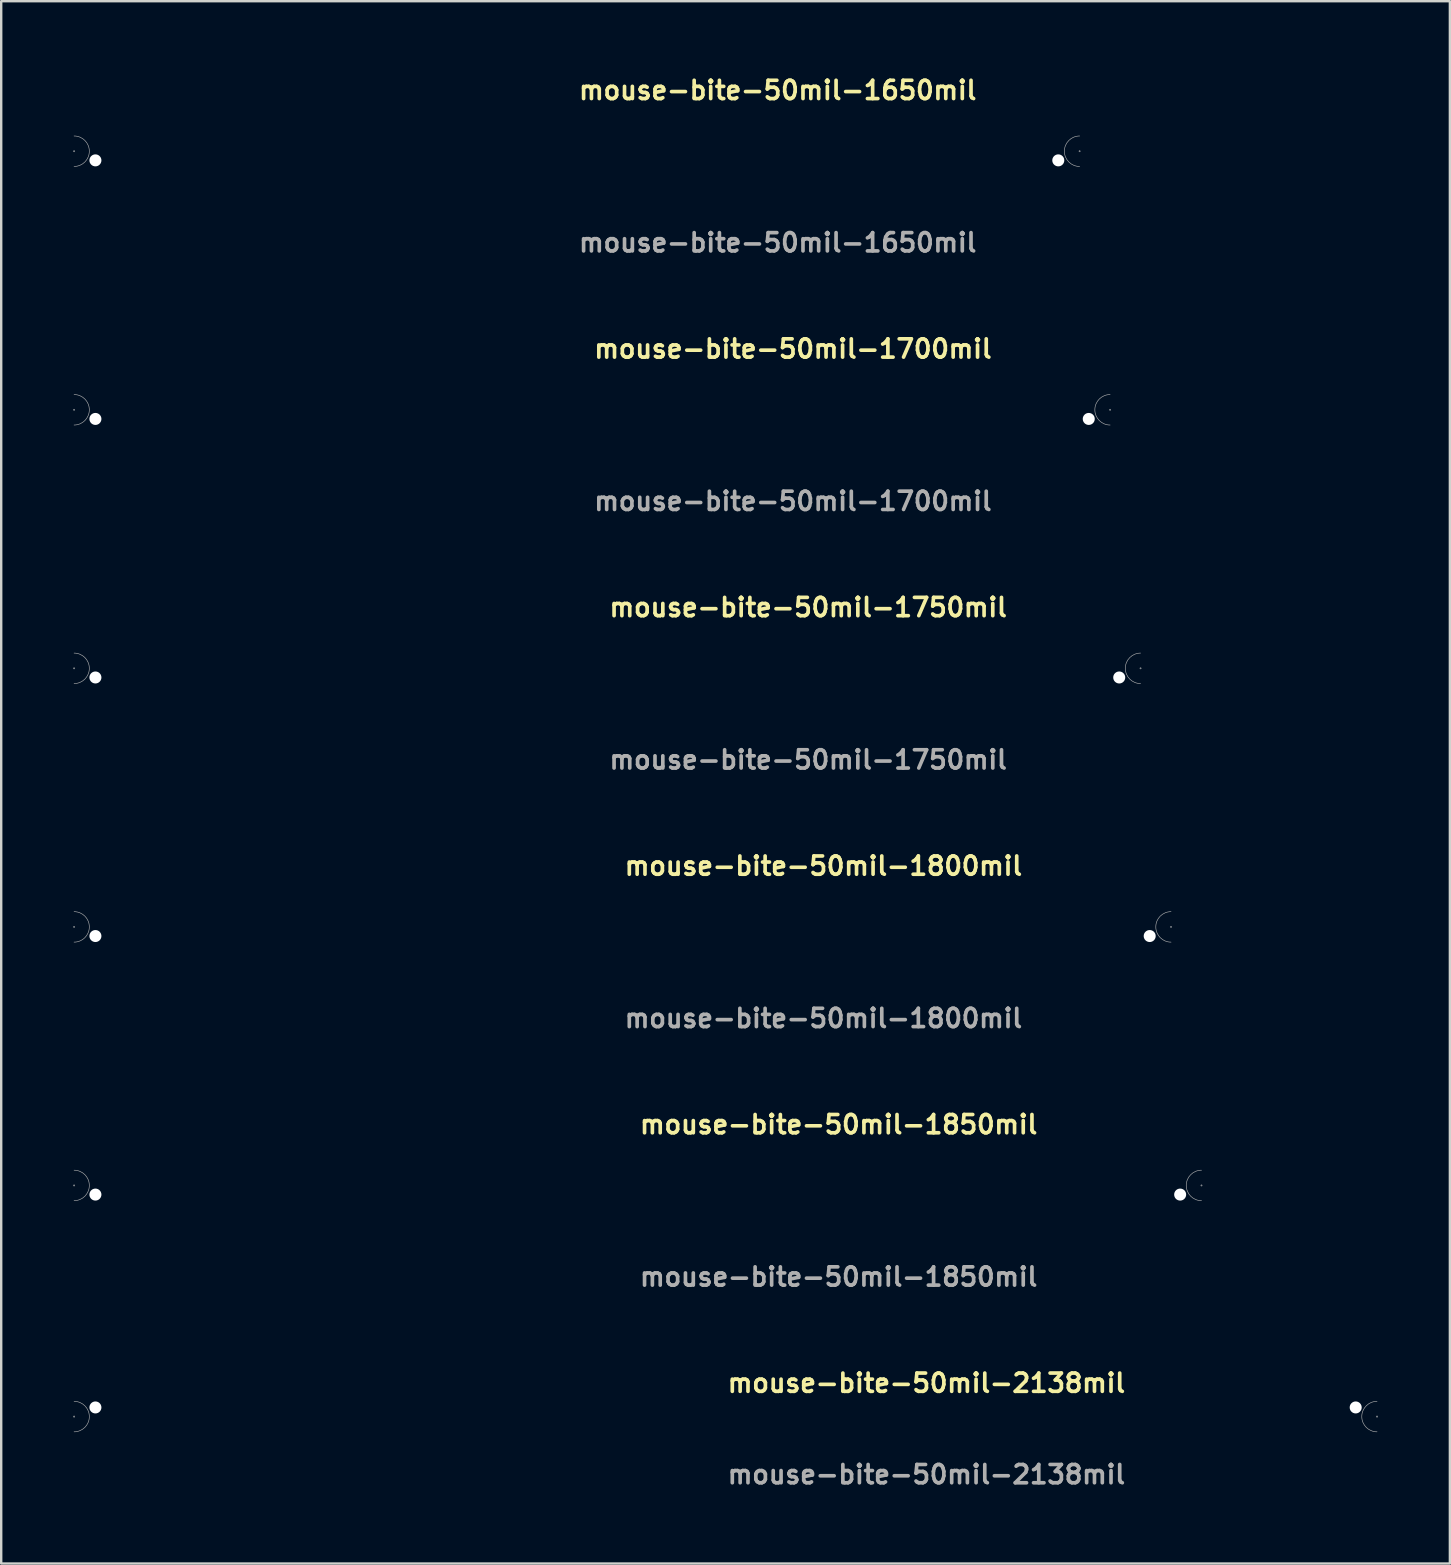
<source format=kicad_pcb>
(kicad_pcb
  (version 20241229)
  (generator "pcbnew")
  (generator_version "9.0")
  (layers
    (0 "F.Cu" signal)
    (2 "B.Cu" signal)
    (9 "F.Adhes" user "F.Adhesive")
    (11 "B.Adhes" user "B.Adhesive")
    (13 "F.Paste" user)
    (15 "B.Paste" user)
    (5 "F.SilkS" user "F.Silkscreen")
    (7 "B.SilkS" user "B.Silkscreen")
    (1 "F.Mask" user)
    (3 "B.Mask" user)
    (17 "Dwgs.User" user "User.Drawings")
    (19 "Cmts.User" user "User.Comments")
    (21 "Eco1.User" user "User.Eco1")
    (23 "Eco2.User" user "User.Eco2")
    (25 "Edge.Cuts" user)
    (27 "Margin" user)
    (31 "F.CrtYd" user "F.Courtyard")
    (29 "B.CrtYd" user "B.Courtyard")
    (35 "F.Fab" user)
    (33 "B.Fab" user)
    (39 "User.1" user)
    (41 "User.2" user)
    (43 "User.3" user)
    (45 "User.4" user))
  (footprint "mouse-bite-50mil-1700mil"
    (layer "F.Cu")
    (at 21.628 14.03)
    (property "Reference" "mouse-bite-50mil-1700mil" (at 0 -2.54 0) (unlocked yes) (layer "F.SilkS") (effects (font (size 0.762 0.762) (thickness 0.152) (bold yes)) (justify left)))
    (attr through_hole)
    (fp_arc (start -21.59 -0.635) (mid -20.955 0) (end -21.59 0.635) (stroke (width 0.0254) (type default)) (layer "F.Fab"))
    (fp_arc (start 21.59 0.635) (mid 20.955 0) (end 21.59 -0.635) (stroke (width 0.0254) (type default)) (layer "F.Fab"))
    (fp_circle (center -21.59 0) (end -21.565 0) (stroke (width 0.025) (type default)) (fill no) (layer "F.Fab"))
    (fp_circle (center 21.59 0) (end 21.615 0) (stroke (width 0.025) (type default)) (fill no) (layer "F.Fab"))
    (fp_text user "${REFERENCE}" (at 0 3.81 0) (unlocked yes) (layer "F.Fab") (effects (font (size 0.762 0.762) (thickness 0.152) (bold yes)) (justify left)))
    (pad "" np_thru_hole circle (at -20.701 0.381) (size 0.5 0.5) (drill 0.5) (layers "*.Cu" "*.Mask"))
    (pad "" np_thru_hole circle (at 20.701 0.381) (size 0.5 0.5) (drill 0.5) (layers "*.Cu" "*.Mask")))
  (footprint "mouse-bite-50mil-1800mil"
    (layer "F.Cu")
    (at 22.898 35.583)
    (property "Reference" "mouse-bite-50mil-1800mil" (at 0 -2.54 0) (unlocked yes) (layer "F.SilkS") (effects (font (size 0.762 0.762) (thickness 0.152) (bold yes)) (justify left)))
    (attr through_hole)
    (fp_arc (start -22.86 -0.635) (mid -22.225 0) (end -22.86 0.635) (stroke (width 0.0254) (type default)) (layer "F.Fab"))
    (fp_arc (start 22.86 0.635) (mid 22.225 0) (end 22.86 -0.635) (stroke (width 0.0254) (type default)) (layer "F.Fab"))
    (fp_circle (center -22.86 0) (end -22.835 0) (stroke (width 0.025) (type default)) (fill no) (layer "F.Fab"))
    (fp_circle (center 22.86 0) (end 22.885 0) (stroke (width 0.025) (type default)) (fill no) (layer "F.Fab"))
    (fp_text user "${REFERENCE}" (at 0 3.81 0) (unlocked yes) (layer "F.Fab") (effects (font (size 0.762 0.762) (thickness 0.152) (bold yes)) (justify left)))
    (pad "" np_thru_hole circle (at -21.971 0.381) (size 0.5 0.5) (drill 0.5) (layers "*.Cu" "*.Mask"))
    (pad "" np_thru_hole circle (at 21.971 0.381) (size 0.5 0.5) (drill 0.5) (layers "*.Cu" "*.Mask")))
  (footprint "mouse-bite-50mil-1750mil"
    (layer "F.Cu")
    (at 22.263 24.806)
    (property "Reference" "mouse-bite-50mil-1750mil" (at 0 -2.54 0) (unlocked yes) (layer "F.SilkS") (effects (font (size 0.762 0.762) (thickness 0.152) (bold yes)) (justify left)))
    (attr through_hole)
    (fp_arc (start -22.225 -0.635) (mid -21.59 0) (end -22.225 0.635) (stroke (width 0.0254) (type default)) (layer "F.Fab"))
    (fp_arc (start 22.225 0.635) (mid 21.59 0) (end 22.225 -0.635) (stroke (width 0.0254) (type default)) (layer "F.Fab"))
    (fp_circle (center -22.225 0) (end -22.2 0) (stroke (width 0.025) (type default)) (fill no) (layer "F.Fab"))
    (fp_circle (center 22.225 0) (end 22.25 0) (stroke (width 0.025) (type default)) (fill no) (layer "F.Fab"))
    (fp_text user "${REFERENCE}" (at 0 3.81 0) (unlocked yes) (layer "F.Fab") (effects (font (size 0.762 0.762) (thickness 0.152) (bold yes)) (justify left)))
    (pad "" np_thru_hole circle (at -21.336 0.381) (size 0.5 0.5) (drill 0.5) (layers "*.Cu" "*.Mask"))
    (pad "" np_thru_hole circle (at 21.336 0.381) (size 0.5 0.5) (drill 0.5) (layers "*.Cu" "*.Mask")))
  (footprint "mouse-bite-50mil-2138mil"
    (layer "F.Cu")
    (at 27.191 55.866)
    (property "Reference" "mouse-bite-50mil-2138mil" (at 0 -1.27 0) (unlocked yes) (layer "F.SilkS") (effects (font (size 0.762 0.762) (thickness 0.152) (bold yes)) (justify left)))
    (attr through_hole)
    (fp_arc (start -27.1526 -0.508) (mid -26.5176 0.127) (end -27.1526 0.762) (stroke (width 0.0254) (type default)) (layer "F.Fab"))
    (fp_arc (start 27.1526 0.762) (mid 26.5176 0.127) (end 27.1526 -0.508) (stroke (width 0.0254) (type default)) (layer "F.Fab"))
    (fp_circle (center -27.153 0.127) (end -27.127 0.127) (stroke (width 0.025) (type default)) (fill no) (layer "F.Fab"))
    (fp_circle (center 27.153 0.127) (end 27.127 0.127) (stroke (width 0.025) (type default)) (fill no) (layer "F.Fab"))
    (fp_text user "${REFERENCE}" (at 0 2.54 0) (unlocked yes) (layer "F.Fab") (effects (font (size 0.762 0.762) (thickness 0.152) (bold yes)) (justify left)))
    (pad "" np_thru_hole circle (at -26.264 -0.254) (size 0.5 0.5) (drill 0.5) (layers "*.Cu" "*.Mask"))
    (pad "" np_thru_hole circle (at 26.264 -0.254) (size 0.5 0.5) (drill 0.5) (layers "*.Cu" "*.Mask")))
  (footprint "mouse-bite-50mil-1650mil"
    (layer "F.Cu")
    (at 20.993 3.253)
    (property "Reference" "mouse-bite-50mil-1650mil" (at 0 -2.54 0) (unlocked yes) (layer "F.SilkS") (effects (font (size 0.762 0.762) (thickness 0.152) (bold yes)) (justify left)))
    (attr through_hole)
    (fp_arc (start -20.955 -0.635) (mid -20.32 0) (end -20.955 0.635) (stroke (width 0.0254) (type default)) (layer "F.Fab"))
    (fp_arc (start 20.955 0.635) (mid 20.32 0) (end 20.955 -0.635) (stroke (width 0.0254) (type default)) (layer "F.Fab"))
    (fp_circle (center -20.955 0) (end -20.93 0) (stroke (width 0.025) (type default)) (fill no) (layer "F.Fab"))
    (fp_circle (center 20.955 0) (end 20.98 0) (stroke (width 0.025) (type default)) (fill no) (layer "F.Fab"))
    (fp_text user "${REFERENCE}" (at 0 3.81 0) (unlocked yes) (layer "F.Fab") (effects (font (size 0.762 0.762) (thickness 0.152) (bold yes)) (justify left)))
    (pad "" np_thru_hole circle (at -20.066 0.381) (size 0.5 0.5) (drill 0.5) (layers "*.Cu" "*.Mask"))
    (pad "" np_thru_hole circle (at 20.066 0.381) (size 0.5 0.5) (drill 0.5) (layers "*.Cu" "*.Mask")))
  (footprint "mouse-bite-50mil-1850mil"
    (layer "F.Cu")
    (at 23.533 46.359)
    (property "Reference" "mouse-bite-50mil-1850mil" (at 0 -2.54 0) (unlocked yes) (layer "F.SilkS") (effects (font (size 0.762 0.762) (thickness 0.152) (bold yes)) (justify left)))
    (attr through_hole)
    (fp_arc (start -23.495 -0.635) (mid -22.86 0) (end -23.495 0.635) (stroke (width 0.0254) (type default)) (layer "F.Fab"))
    (fp_arc (start 23.495 0.635) (mid 22.86 0) (end 23.495 -0.635) (stroke (width 0.0254) (type default)) (layer "F.Fab"))
    (fp_circle (center -23.495 0) (end -23.47 0) (stroke (width 0.025) (type default)) (fill no) (layer "F.Fab"))
    (fp_circle (center 23.495 0) (end 23.52 0) (stroke (width 0.025) (type default)) (fill no) (layer "F.Fab"))
    (fp_text user "${REFERENCE}" (at 0 3.81 0) (unlocked yes) (layer "F.Fab") (effects (font (size 0.762 0.762) (thickness 0.152) (bold yes)) (justify left)))
    (pad "" np_thru_hole circle (at -22.606 0.381) (size 0.5 0.5) (drill 0.5) (layers "*.Cu" "*.Mask"))
    (pad "" np_thru_hole circle (at 22.606 0.381) (size 0.5 0.5) (drill 0.5) (layers "*.Cu" "*.Mask")))
  (gr_rect
    (start -3 -3)
    (end 57.381 62.119)
    (stroke (width 0.1) (type default))
    (fill no)
    (layer "Edge.Cuts")))
</source>
